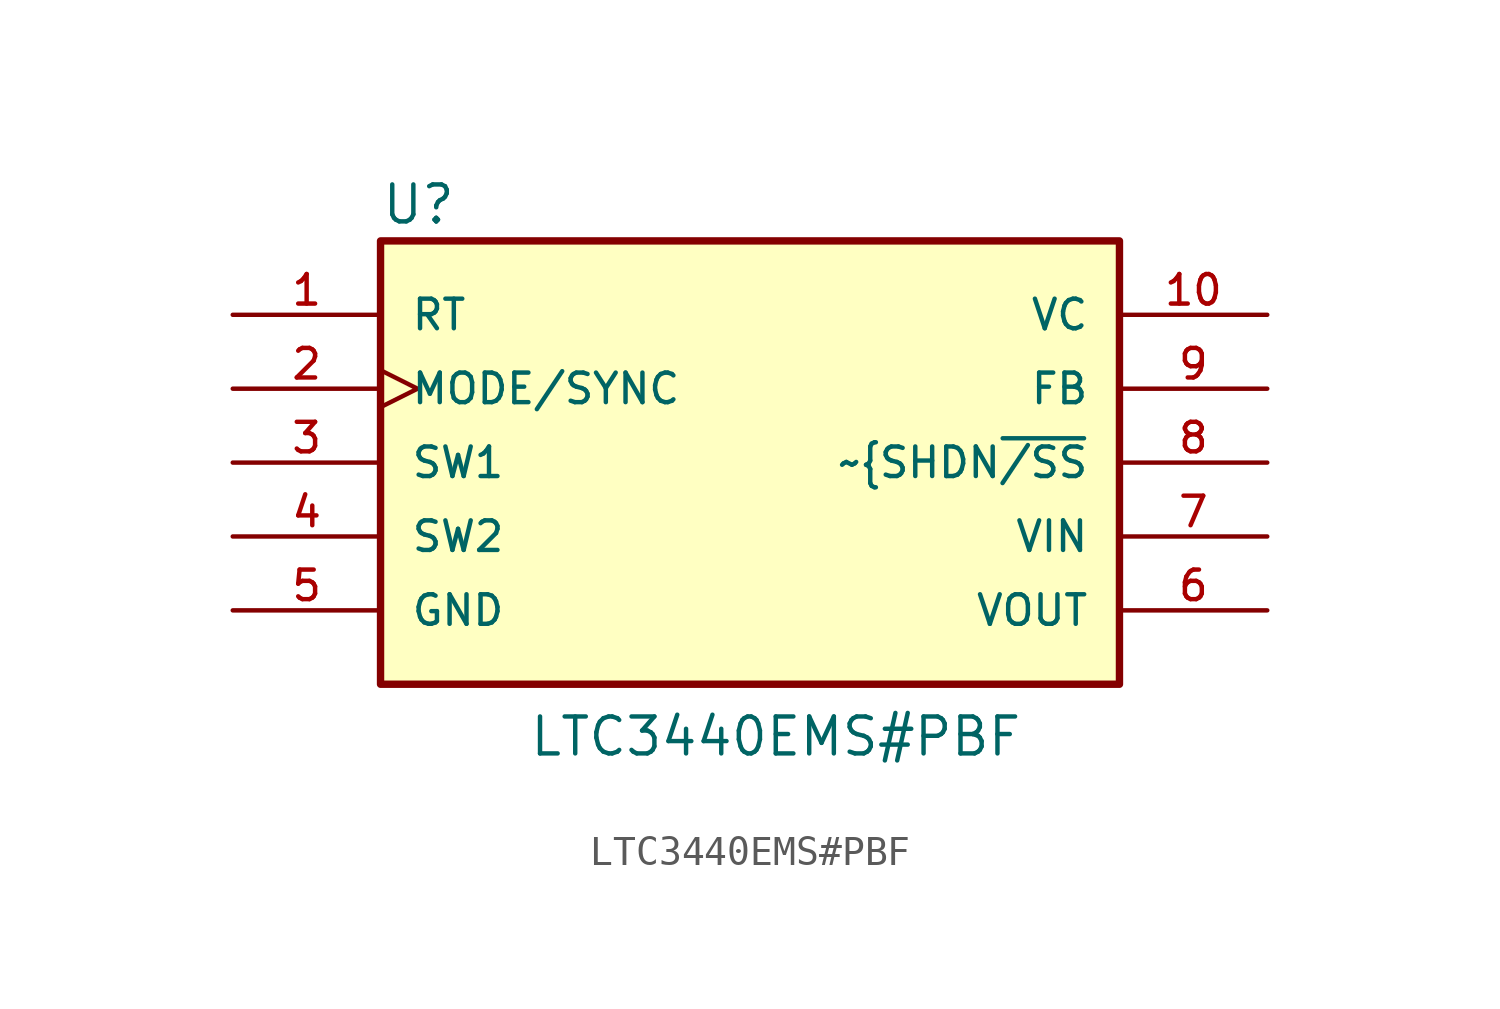
<source format=kicad_sym>
(kicad_symbol_lib
  (version 20220914)
  (generator kicad_symbol_editor)
  (symbol "LTC3440EMS#PBF"
    (pin_names
      (offset 1.016))
    (property "Reference" "U"
      (at -12.7 13.208 0)
      (effects (font (size 1.27 1.27)) (justify left bottom)))
    (property "Value" "LTC3440EMS#PBF"
      (at -7.62 -5.08 0)
      (effects (font (size 1.27 1.27)) (justify left bottom)))
    (symbol "LTC3440EMS#PBF_0_0"
      (rectangle (start -12.7 12.7) (end 12.7 -2.54) (stroke (width 0.254) (type default)) (fill (type background)))
      (pin passive line (at -17.78 10.16 0) (length 5.08) (name "RT" (effects (font (size 1.016 1.016)))) (number "1" (effects (font (size 1.016 1.016)))))
      (pin output line (at 17.78 10.16 180) (length 5.08) (name "VC" (effects (font (size 1.016 1.016)))) (number "10" (effects (font (size 1.016 1.016)))))
      (pin input clock (at -17.78 7.62 0) (length 5.08) (name "MODE/SYNC" (effects (font (size 1.016 1.016)))) (number "2" (effects (font (size 1.016 1.016)))))
      (pin output line (at -17.78 5.08 0) (length 5.08) (name "SW1" (effects (font (size 1.016 1.016)))) (number "3" (effects (font (size 1.016 1.016)))))
      (pin output line (at -17.78 2.54 0) (length 5.08) (name "SW2" (effects (font (size 1.016 1.016)))) (number "4" (effects (font (size 1.016 1.016)))))
      (pin power_in line (at -17.78 0 0) (length 5.08) (name "GND" (effects (font (size 1.016 1.016)))) (number "5" (effects (font (size 1.016 1.016)))))
      (pin output line (at 17.78 0 180) (length 5.08) (name "VOUT" (effects (font (size 1.016 1.016)))) (number "6" (effects (font (size 1.016 1.016)))))
      (pin input line (at 17.78 2.54 180) (length 5.08) (name "VIN" (effects (font (size 1.016 1.016)))) (number "7" (effects (font (size 1.016 1.016)))))
      (pin input line (at 17.78 5.08 180) (length 5.08) (name "~{SHDN~{/SS}" (effects (font (size 1.016 1.016)))) (number "8" (effects (font (size 1.016 1.016)))))
      (pin input line (at 17.78 7.62 180) (length 5.08) (name "FB" (effects (font (size 1.016 1.016)))) (number "9" (effects (font (size 1.016 1.016))))))))
</source>
